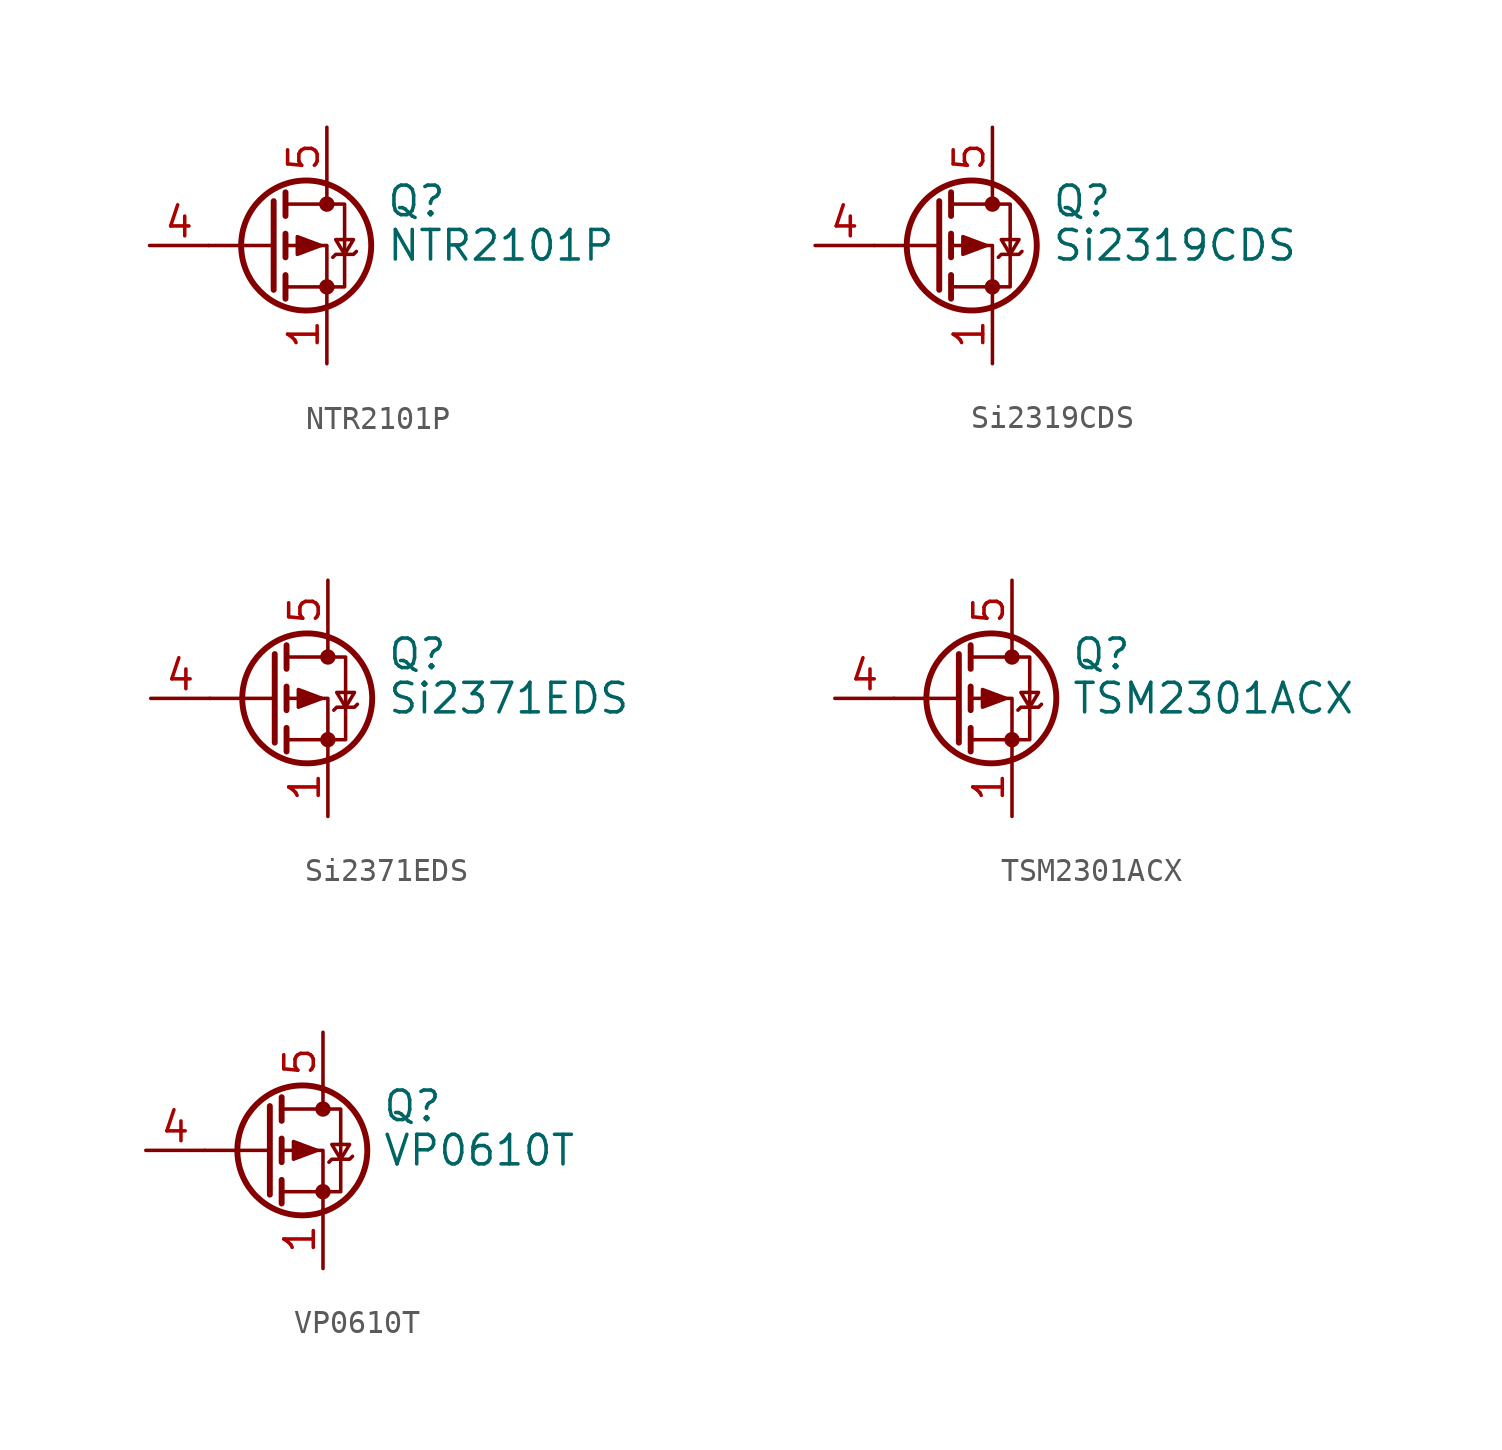
<source format=kicad_sym>
(kicad_symbol_lib
  (version 20211014)
  (generator kicad_symbol_editor)
  (symbol "NTR2101P"
    (pin_names hide)
    (property "Reference" "Q"
      (at 5.08 1.905 0)
      (effects (font (size 1.27 1.27)) (justify left)))
    (property "Value" "NTR2101P"
      (at 5.08 0 0)
      (effects (font (size 1.27 1.27)) (justify left)))
    (symbol "NTR2101P_0_1"
      (polyline (pts (xy 0.254 0) (xy -2.54 0)) (stroke (width 0) (type default) (color 0 0 0 0)) (fill (type none)))
      (polyline (pts (xy 0.254 1.905) (xy 0.254 -1.905)) (stroke (width 0.254) (type default) (color 0 0 0 0)) (fill (type none)))
      (polyline (pts (xy 0.762 -1.27) (xy 0.762 -2.286)) (stroke (width 0.254) (type default) (color 0 0 0 0)) (fill (type none)))
      (polyline (pts (xy 0.762 0.508) (xy 0.762 -0.508)) (stroke (width 0.254) (type default) (color 0 0 0 0)) (fill (type none)))
      (polyline (pts (xy 0.762 2.286) (xy 0.762 1.27)) (stroke (width 0.254) (type default) (color 0 0 0 0)) (fill (type none)))
      (polyline (pts (xy 2.54 2.54) (xy 2.54 1.778)) (stroke (width 0) (type default) (color 0 0 0 0)) (fill (type none)))
      (polyline (pts (xy 2.54 -2.54) (xy 2.54 0) (xy 0.762 0)) (stroke (width 0) (type default) (color 0 0 0 0)) (fill (type none)))
      (polyline (pts (xy 0.762 1.778) (xy 3.302 1.778) (xy 3.302 -1.778) (xy 0.762 -1.778)) (stroke (width 0) (type default) (color 0 0 0 0)) (fill (type none)))
      (polyline (pts (xy 2.286 0) (xy 1.27 0.381) (xy 1.27 -0.381) (xy 2.286 0)) (stroke (width 0) (type default) (color 0 0 0 0)) (fill (type outline)))
      (polyline (pts (xy 2.794 -0.508) (xy 2.921 -0.381) (xy 3.683 -0.381) (xy 3.81 -0.254)) (stroke (width 0) (type default) (color 0 0 0 0)) (fill (type none)))
      (polyline (pts (xy 3.302 -0.381) (xy 2.921 0.254) (xy 3.683 0.254) (xy 3.302 -0.381)) (stroke (width 0) (type default) (color 0 0 0 0)) (fill (type none)))
      (circle (center 1.651 0) (radius 2.794) (stroke (width 0.254) (type default) (color 0 0 0 0)) (fill (type none)))
      (circle (center 2.54 -1.778) (radius 0.254) (stroke (width 0) (type default) (color 0 0 0 0)) (fill (type outline)))
      (circle (center 2.54 1.778) (radius 0.254) (stroke (width 0) (type default) (color 0 0 0 0)) (fill (type outline))))
    (symbol "NTR2101P_1_1"
      (pin passive line (at 2.54 -5.08 90) (length 2.54) (name "S" (effects (font (size 1.27 1.27)))) (number "1" (effects (font (size 1.27 1.27)))))
      (pin passive line (at 2.54 -5.08 90) (length 2.54) hide (name "S" (effects (font (size 1.27 1.27)))) (number "2" (effects (font (size 1.27 1.27)))))
      (pin passive line (at 2.54 -5.08 90) (length 2.54) hide (name "S" (effects (font (size 1.27 1.27)))) (number "3" (effects (font (size 1.27 1.27)))))
      (pin input line (at -5.08 0 0) (length 2.54) (name "G" (effects (font (size 1.27 1.27)))) (number "4" (effects (font (size 1.27 1.27)))))
      (pin passive line (at 2.54 5.08 270) (length 2.54) (name "D" (effects (font (size 1.27 1.27)))) (number "5" (effects (font (size 1.27 1.27)))))
      (pin passive line (at 2.54 5.08 270) (length 2.54) hide (name "D" (effects (font (size 1.27 1.27)))) (number "6" (effects (font (size 1.27 1.27)))))
      (pin passive line (at 2.54 5.08 270) (length 2.54) hide (name "D" (effects (font (size 1.27 1.27)))) (number "7" (effects (font (size 1.27 1.27)))))
      (pin passive line (at 2.54 5.08 270) (length 2.54) hide (name "D" (effects (font (size 1.27 1.27)))) (number "8" (effects (font (size 1.27 1.27)))))))
  (symbol "Si2319CDS"
    (pin_names hide)
    (property "Reference" "Q"
      (at 5.08 1.905 0)
      (effects (font (size 1.27 1.27)) (justify left)))
    (property "Value" "Si2319CDS"
      (at 5.08 0 0)
      (effects (font (size 1.27 1.27)) (justify left)))
    (symbol "Si2319CDS_0_1"
      (polyline (pts (xy 0.254 0) (xy -2.54 0)) (stroke (width 0) (type default) (color 0 0 0 0)) (fill (type none)))
      (polyline (pts (xy 0.254 1.905) (xy 0.254 -1.905)) (stroke (width 0.254) (type default) (color 0 0 0 0)) (fill (type none)))
      (polyline (pts (xy 0.762 -1.27) (xy 0.762 -2.286)) (stroke (width 0.254) (type default) (color 0 0 0 0)) (fill (type none)))
      (polyline (pts (xy 0.762 0.508) (xy 0.762 -0.508)) (stroke (width 0.254) (type default) (color 0 0 0 0)) (fill (type none)))
      (polyline (pts (xy 0.762 2.286) (xy 0.762 1.27)) (stroke (width 0.254) (type default) (color 0 0 0 0)) (fill (type none)))
      (polyline (pts (xy 2.54 2.54) (xy 2.54 1.778)) (stroke (width 0) (type default) (color 0 0 0 0)) (fill (type none)))
      (polyline (pts (xy 2.54 -2.54) (xy 2.54 0) (xy 0.762 0)) (stroke (width 0) (type default) (color 0 0 0 0)) (fill (type none)))
      (polyline (pts (xy 0.762 1.778) (xy 3.302 1.778) (xy 3.302 -1.778) (xy 0.762 -1.778)) (stroke (width 0) (type default) (color 0 0 0 0)) (fill (type none)))
      (polyline (pts (xy 2.286 0) (xy 1.27 0.381) (xy 1.27 -0.381) (xy 2.286 0)) (stroke (width 0) (type default) (color 0 0 0 0)) (fill (type outline)))
      (polyline (pts (xy 2.794 -0.508) (xy 2.921 -0.381) (xy 3.683 -0.381) (xy 3.81 -0.254)) (stroke (width 0) (type default) (color 0 0 0 0)) (fill (type none)))
      (polyline (pts (xy 3.302 -0.381) (xy 2.921 0.254) (xy 3.683 0.254) (xy 3.302 -0.381)) (stroke (width 0) (type default) (color 0 0 0 0)) (fill (type none)))
      (circle (center 1.651 0) (radius 2.794) (stroke (width 0.254) (type default) (color 0 0 0 0)) (fill (type none)))
      (circle (center 2.54 -1.778) (radius 0.254) (stroke (width 0) (type default) (color 0 0 0 0)) (fill (type outline)))
      (circle (center 2.54 1.778) (radius 0.254) (stroke (width 0) (type default) (color 0 0 0 0)) (fill (type outline))))
    (symbol "Si2319CDS_1_1"
      (pin passive line (at 2.54 -5.08 90) (length 2.54) (name "S" (effects (font (size 1.27 1.27)))) (number "1" (effects (font (size 1.27 1.27)))))
      (pin passive line (at 2.54 -5.08 90) (length 2.54) hide (name "S" (effects (font (size 1.27 1.27)))) (number "2" (effects (font (size 1.27 1.27)))))
      (pin passive line (at 2.54 -5.08 90) (length 2.54) hide (name "S" (effects (font (size 1.27 1.27)))) (number "3" (effects (font (size 1.27 1.27)))))
      (pin input line (at -5.08 0 0) (length 2.54) (name "G" (effects (font (size 1.27 1.27)))) (number "4" (effects (font (size 1.27 1.27)))))
      (pin passive line (at 2.54 5.08 270) (length 2.54) (name "D" (effects (font (size 1.27 1.27)))) (number "5" (effects (font (size 1.27 1.27)))))
      (pin passive line (at 2.54 5.08 270) (length 2.54) hide (name "D" (effects (font (size 1.27 1.27)))) (number "6" (effects (font (size 1.27 1.27)))))
      (pin passive line (at 2.54 5.08 270) (length 2.54) hide (name "D" (effects (font (size 1.27 1.27)))) (number "7" (effects (font (size 1.27 1.27)))))
      (pin passive line (at 2.54 5.08 270) (length 2.54) hide (name "D" (effects (font (size 1.27 1.27)))) (number "8" (effects (font (size 1.27 1.27)))))))
  (symbol "Si2371EDS"
    (pin_names hide)
    (property "Reference" "Q"
      (at 5.08 1.905 0)
      (effects (font (size 1.27 1.27)) (justify left)))
    (property "Value" "Si2371EDS"
      (at 5.08 0 0)
      (effects (font (size 1.27 1.27)) (justify left)))
    (symbol "Si2371EDS_0_1"
      (polyline (pts (xy 0.254 0) (xy -2.54 0)) (stroke (width 0) (type default) (color 0 0 0 0)) (fill (type none)))
      (polyline (pts (xy 0.254 1.905) (xy 0.254 -1.905)) (stroke (width 0.254) (type default) (color 0 0 0 0)) (fill (type none)))
      (polyline (pts (xy 0.762 -1.27) (xy 0.762 -2.286)) (stroke (width 0.254) (type default) (color 0 0 0 0)) (fill (type none)))
      (polyline (pts (xy 0.762 0.508) (xy 0.762 -0.508)) (stroke (width 0.254) (type default) (color 0 0 0 0)) (fill (type none)))
      (polyline (pts (xy 0.762 2.286) (xy 0.762 1.27)) (stroke (width 0.254) (type default) (color 0 0 0 0)) (fill (type none)))
      (polyline (pts (xy 2.54 2.54) (xy 2.54 1.778)) (stroke (width 0) (type default) (color 0 0 0 0)) (fill (type none)))
      (polyline (pts (xy 2.54 -2.54) (xy 2.54 0) (xy 0.762 0)) (stroke (width 0) (type default) (color 0 0 0 0)) (fill (type none)))
      (polyline (pts (xy 0.762 1.778) (xy 3.302 1.778) (xy 3.302 -1.778) (xy 0.762 -1.778)) (stroke (width 0) (type default) (color 0 0 0 0)) (fill (type none)))
      (polyline (pts (xy 2.286 0) (xy 1.27 0.381) (xy 1.27 -0.381) (xy 2.286 0)) (stroke (width 0) (type default) (color 0 0 0 0)) (fill (type outline)))
      (polyline (pts (xy 2.794 -0.508) (xy 2.921 -0.381) (xy 3.683 -0.381) (xy 3.81 -0.254)) (stroke (width 0) (type default) (color 0 0 0 0)) (fill (type none)))
      (polyline (pts (xy 3.302 -0.381) (xy 2.921 0.254) (xy 3.683 0.254) (xy 3.302 -0.381)) (stroke (width 0) (type default) (color 0 0 0 0)) (fill (type none)))
      (circle (center 1.651 0) (radius 2.794) (stroke (width 0.254) (type default) (color 0 0 0 0)) (fill (type none)))
      (circle (center 2.54 -1.778) (radius 0.254) (stroke (width 0) (type default) (color 0 0 0 0)) (fill (type outline)))
      (circle (center 2.54 1.778) (radius 0.254) (stroke (width 0) (type default) (color 0 0 0 0)) (fill (type outline))))
    (symbol "Si2371EDS_1_1"
      (pin passive line (at 2.54 -5.08 90) (length 2.54) (name "S" (effects (font (size 1.27 1.27)))) (number "1" (effects (font (size 1.27 1.27)))))
      (pin passive line (at 2.54 -5.08 90) (length 2.54) hide (name "S" (effects (font (size 1.27 1.27)))) (number "2" (effects (font (size 1.27 1.27)))))
      (pin passive line (at 2.54 -5.08 90) (length 2.54) hide (name "S" (effects (font (size 1.27 1.27)))) (number "3" (effects (font (size 1.27 1.27)))))
      (pin input line (at -5.08 0 0) (length 2.54) (name "G" (effects (font (size 1.27 1.27)))) (number "4" (effects (font (size 1.27 1.27)))))
      (pin passive line (at 2.54 5.08 270) (length 2.54) (name "D" (effects (font (size 1.27 1.27)))) (number "5" (effects (font (size 1.27 1.27)))))
      (pin passive line (at 2.54 5.08 270) (length 2.54) hide (name "D" (effects (font (size 1.27 1.27)))) (number "6" (effects (font (size 1.27 1.27)))))
      (pin passive line (at 2.54 5.08 270) (length 2.54) hide (name "D" (effects (font (size 1.27 1.27)))) (number "7" (effects (font (size 1.27 1.27)))))
      (pin passive line (at 2.54 5.08 270) (length 2.54) hide (name "D" (effects (font (size 1.27 1.27)))) (number "8" (effects (font (size 1.27 1.27)))))))
  (symbol "TSM2301ACX"
    (pin_names hide)
    (property "Reference" "Q"
      (at 5.08 1.905 0)
      (effects (font (size 1.27 1.27)) (justify left)))
    (property "Value" "TSM2301ACX"
      (at 5.08 0 0)
      (effects (font (size 1.27 1.27)) (justify left)))
    (symbol "TSM2301ACX_0_1"
      (polyline (pts (xy 0.254 0) (xy -2.54 0)) (stroke (width 0) (type default) (color 0 0 0 0)) (fill (type none)))
      (polyline (pts (xy 0.254 1.905) (xy 0.254 -1.905)) (stroke (width 0.254) (type default) (color 0 0 0 0)) (fill (type none)))
      (polyline (pts (xy 0.762 -1.27) (xy 0.762 -2.286)) (stroke (width 0.254) (type default) (color 0 0 0 0)) (fill (type none)))
      (polyline (pts (xy 0.762 0.508) (xy 0.762 -0.508)) (stroke (width 0.254) (type default) (color 0 0 0 0)) (fill (type none)))
      (polyline (pts (xy 0.762 2.286) (xy 0.762 1.27)) (stroke (width 0.254) (type default) (color 0 0 0 0)) (fill (type none)))
      (polyline (pts (xy 2.54 2.54) (xy 2.54 1.778)) (stroke (width 0) (type default) (color 0 0 0 0)) (fill (type none)))
      (polyline (pts (xy 2.54 -2.54) (xy 2.54 0) (xy 0.762 0)) (stroke (width 0) (type default) (color 0 0 0 0)) (fill (type none)))
      (polyline (pts (xy 0.762 1.778) (xy 3.302 1.778) (xy 3.302 -1.778) (xy 0.762 -1.778)) (stroke (width 0) (type default) (color 0 0 0 0)) (fill (type none)))
      (polyline (pts (xy 2.286 0) (xy 1.27 0.381) (xy 1.27 -0.381) (xy 2.286 0)) (stroke (width 0) (type default) (color 0 0 0 0)) (fill (type outline)))
      (polyline (pts (xy 2.794 -0.508) (xy 2.921 -0.381) (xy 3.683 -0.381) (xy 3.81 -0.254)) (stroke (width 0) (type default) (color 0 0 0 0)) (fill (type none)))
      (polyline (pts (xy 3.302 -0.381) (xy 2.921 0.254) (xy 3.683 0.254) (xy 3.302 -0.381)) (stroke (width 0) (type default) (color 0 0 0 0)) (fill (type none)))
      (circle (center 1.651 0) (radius 2.794) (stroke (width 0.254) (type default) (color 0 0 0 0)) (fill (type none)))
      (circle (center 2.54 -1.778) (radius 0.254) (stroke (width 0) (type default) (color 0 0 0 0)) (fill (type outline)))
      (circle (center 2.54 1.778) (radius 0.254) (stroke (width 0) (type default) (color 0 0 0 0)) (fill (type outline))))
    (symbol "TSM2301ACX_1_1"
      (pin passive line (at 2.54 -5.08 90) (length 2.54) (name "S" (effects (font (size 1.27 1.27)))) (number "1" (effects (font (size 1.27 1.27)))))
      (pin passive line (at 2.54 -5.08 90) (length 2.54) hide (name "S" (effects (font (size 1.27 1.27)))) (number "2" (effects (font (size 1.27 1.27)))))
      (pin passive line (at 2.54 -5.08 90) (length 2.54) hide (name "S" (effects (font (size 1.27 1.27)))) (number "3" (effects (font (size 1.27 1.27)))))
      (pin input line (at -5.08 0 0) (length 2.54) (name "G" (effects (font (size 1.27 1.27)))) (number "4" (effects (font (size 1.27 1.27)))))
      (pin passive line (at 2.54 5.08 270) (length 2.54) (name "D" (effects (font (size 1.27 1.27)))) (number "5" (effects (font (size 1.27 1.27)))))
      (pin passive line (at 2.54 5.08 270) (length 2.54) hide (name "D" (effects (font (size 1.27 1.27)))) (number "6" (effects (font (size 1.27 1.27)))))
      (pin passive line (at 2.54 5.08 270) (length 2.54) hide (name "D" (effects (font (size 1.27 1.27)))) (number "7" (effects (font (size 1.27 1.27)))))
      (pin passive line (at 2.54 5.08 270) (length 2.54) hide (name "D" (effects (font (size 1.27 1.27)))) (number "8" (effects (font (size 1.27 1.27)))))))
  (symbol "VP0610T"
    (pin_names hide)
    (property "Reference" "Q"
      (at 5.08 1.905 0)
      (effects (font (size 1.27 1.27)) (justify left)))
    (property "Value" "VP0610T"
      (at 5.08 0 0)
      (effects (font (size 1.27 1.27)) (justify left)))
    (symbol "VP0610T_0_1"
      (polyline (pts (xy 0.254 0) (xy -2.54 0)) (stroke (width 0) (type default) (color 0 0 0 0)) (fill (type none)))
      (polyline (pts (xy 0.254 1.905) (xy 0.254 -1.905)) (stroke (width 0.254) (type default) (color 0 0 0 0)) (fill (type none)))
      (polyline (pts (xy 0.762 -1.27) (xy 0.762 -2.286)) (stroke (width 0.254) (type default) (color 0 0 0 0)) (fill (type none)))
      (polyline (pts (xy 0.762 0.508) (xy 0.762 -0.508)) (stroke (width 0.254) (type default) (color 0 0 0 0)) (fill (type none)))
      (polyline (pts (xy 0.762 2.286) (xy 0.762 1.27)) (stroke (width 0.254) (type default) (color 0 0 0 0)) (fill (type none)))
      (polyline (pts (xy 2.54 2.54) (xy 2.54 1.778)) (stroke (width 0) (type default) (color 0 0 0 0)) (fill (type none)))
      (polyline (pts (xy 2.54 -2.54) (xy 2.54 0) (xy 0.762 0)) (stroke (width 0) (type default) (color 0 0 0 0)) (fill (type none)))
      (polyline (pts (xy 0.762 1.778) (xy 3.302 1.778) (xy 3.302 -1.778) (xy 0.762 -1.778)) (stroke (width 0) (type default) (color 0 0 0 0)) (fill (type none)))
      (polyline (pts (xy 2.286 0) (xy 1.27 0.381) (xy 1.27 -0.381) (xy 2.286 0)) (stroke (width 0) (type default) (color 0 0 0 0)) (fill (type outline)))
      (polyline (pts (xy 2.794 -0.508) (xy 2.921 -0.381) (xy 3.683 -0.381) (xy 3.81 -0.254)) (stroke (width 0) (type default) (color 0 0 0 0)) (fill (type none)))
      (polyline (pts (xy 3.302 -0.381) (xy 2.921 0.254) (xy 3.683 0.254) (xy 3.302 -0.381)) (stroke (width 0) (type default) (color 0 0 0 0)) (fill (type none)))
      (circle (center 1.651 0) (radius 2.794) (stroke (width 0.254) (type default) (color 0 0 0 0)) (fill (type none)))
      (circle (center 2.54 -1.778) (radius 0.254) (stroke (width 0) (type default) (color 0 0 0 0)) (fill (type outline)))
      (circle (center 2.54 1.778) (radius 0.254) (stroke (width 0) (type default) (color 0 0 0 0)) (fill (type outline))))
    (symbol "VP0610T_1_1"
      (pin passive line (at 2.54 -5.08 90) (length 2.54) (name "S" (effects (font (size 1.27 1.27)))) (number "1" (effects (font (size 1.27 1.27)))))
      (pin passive line (at 2.54 -5.08 90) (length 2.54) hide (name "S" (effects (font (size 1.27 1.27)))) (number "2" (effects (font (size 1.27 1.27)))))
      (pin passive line (at 2.54 -5.08 90) (length 2.54) hide (name "S" (effects (font (size 1.27 1.27)))) (number "3" (effects (font (size 1.27 1.27)))))
      (pin input line (at -5.08 0 0) (length 2.54) (name "G" (effects (font (size 1.27 1.27)))) (number "4" (effects (font (size 1.27 1.27)))))
      (pin passive line (at 2.54 5.08 270) (length 2.54) (name "D" (effects (font (size 1.27 1.27)))) (number "5" (effects (font (size 1.27 1.27)))))
      (pin passive line (at 2.54 5.08 270) (length 2.54) hide (name "D" (effects (font (size 1.27 1.27)))) (number "6" (effects (font (size 1.27 1.27)))))
      (pin passive line (at 2.54 5.08 270) (length 2.54) hide (name "D" (effects (font (size 1.27 1.27)))) (number "7" (effects (font (size 1.27 1.27)))))
      (pin passive line (at 2.54 5.08 270) (length 2.54) hide (name "D" (effects (font (size 1.27 1.27)))) (number "8" (effects (font (size 1.27 1.27))))))))
</source>
